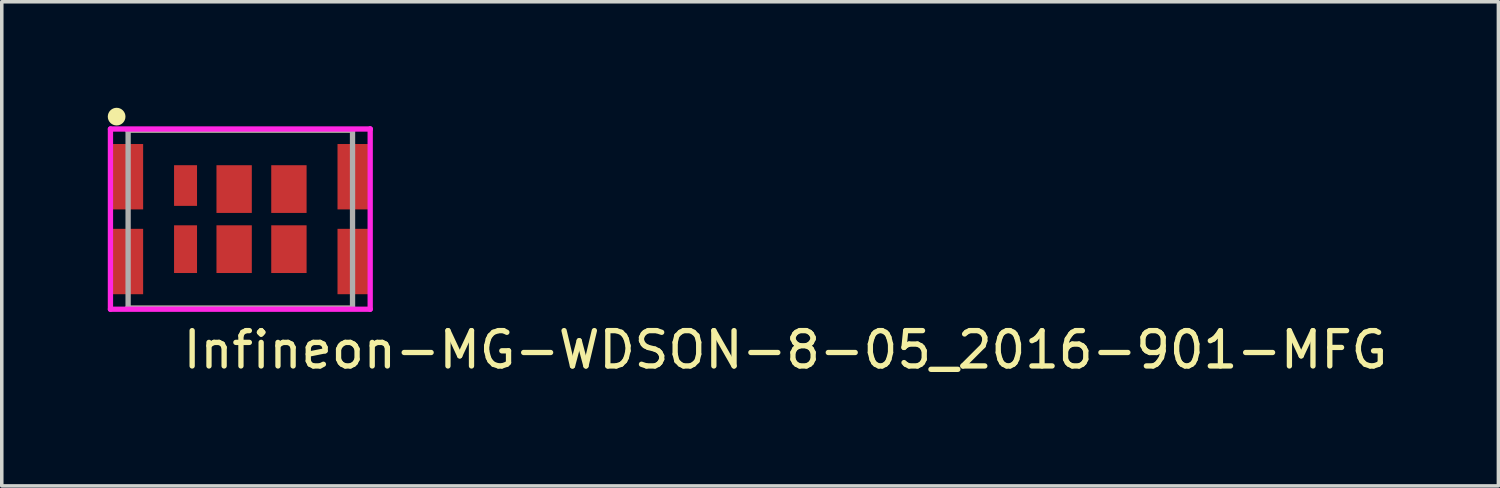
<source format=kicad_pcb>
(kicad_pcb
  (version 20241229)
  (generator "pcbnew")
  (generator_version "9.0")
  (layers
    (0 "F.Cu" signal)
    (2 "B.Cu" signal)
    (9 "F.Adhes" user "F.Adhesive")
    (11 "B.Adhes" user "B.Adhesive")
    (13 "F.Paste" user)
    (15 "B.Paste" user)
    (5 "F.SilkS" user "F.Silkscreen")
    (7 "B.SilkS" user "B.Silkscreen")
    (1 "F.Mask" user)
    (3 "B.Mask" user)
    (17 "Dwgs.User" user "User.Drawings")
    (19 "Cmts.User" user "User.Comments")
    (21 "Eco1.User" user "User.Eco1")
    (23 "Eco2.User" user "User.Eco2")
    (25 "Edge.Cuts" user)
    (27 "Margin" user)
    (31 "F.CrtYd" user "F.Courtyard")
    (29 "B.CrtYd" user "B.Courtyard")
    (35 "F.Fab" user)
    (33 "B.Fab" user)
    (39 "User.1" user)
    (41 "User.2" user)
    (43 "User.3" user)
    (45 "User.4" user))
  (footprint "Infineon-MG-WDSON-8-05_2016-901-MFG"
    (layer "F.Cu")
    (at 3.75 3.15)
    (property "Reference" "Infineon-MG-WDSON-8-05_2016-901-MFG" (at -1.7 3.7 0) (layer "F.SilkS") (effects (font (size 1 1) (thickness 0.15)) (justify left)))
    (attr through_hole)
    (fp_line (start -3.175 -2.525) (end 3.175 -2.525) (stroke (width 0.15) (type solid)) (layer "F.SilkS"))
    (fp_line (start -3.175 -2.5) (end -3.175 -2.525) (stroke (width 0.15) (type solid)) (layer "F.SilkS"))
    (fp_line (start -3.175 2.525) (end -3.175 2.5) (stroke (width 0.15) (type solid)) (layer "F.SilkS"))
    (fp_line (start -3.175 2.525) (end 3.175 2.525) (stroke (width 0.15) (type solid)) (layer "F.SilkS"))
    (fp_line (start 3.175 -2.5) (end 3.175 -2.525) (stroke (width 0.15) (type solid)) (layer "F.SilkS"))
    (fp_line (start 3.175 2.525) (end 3.175 2.5) (stroke (width 0.15) (type solid)) (layer "F.SilkS"))
    (fp_circle (center -3.5 -2.9) (end -3.375 -2.9) (stroke (width 0.25) (type solid)) (fill no) (layer "F.SilkS"))
    (fp_line (start -3.675 -2.55) (end -3.675 2.55) (stroke (width 0.15) (type solid)) (layer "F.CrtYd"))
    (fp_line (start -3.675 2.55) (end 3.675 2.55) (stroke (width 0.15) (type solid)) (layer "F.CrtYd"))
    (fp_line (start 3.675 -2.55) (end -3.675 -2.55) (stroke (width 0.15) (type solid)) (layer "F.CrtYd"))
    (fp_line (start 3.675 -2.55) (end 3.675 -2.55) (stroke (width 0.15) (type solid)) (layer "F.CrtYd"))
    (fp_line (start 3.675 2.55) (end 3.675 -2.55) (stroke (width 0.15) (type solid)) (layer "F.CrtYd"))
    (fp_line (start -3.175 -2.525) (end 3.175 -2.525) (stroke (width 0.15) (type solid)) (layer "F.Fab"))
    (fp_line (start -3.175 2.525) (end -3.175 -2.525) (stroke (width 0.15) (type solid)) (layer "F.Fab"))
    (fp_line (start 3.175 -2.525) (end 3.175 2.525) (stroke (width 0.15) (type solid)) (layer "F.Fab"))
    (fp_line (start 3.175 2.525) (end -3.175 2.525) (stroke (width 0.15) (type solid)) (layer "F.Fab"))
    (pad "" smd rect (at -3.2 -1.2) (size 0.7 1.8) (layers "F.Paste"))
    (pad "" smd rect (at -3.2 1.2) (size 0.7 1.8) (layers "F.Paste"))
    (pad "" smd rect (at -1.55 -0.95) (size 0.575 0.975) (layers "F.Paste"))
    (pad "" smd rect (at -1.55 0.85) (size 0.575 1.15) (layers "F.Paste"))
    (pad "" smd rect (at -0.175 -0.85) (size 0.875 1.15) (layers "F.Paste"))
    (pad "" smd rect (at -0.175 0.85) (size 0.875 1.15) (layers "F.Paste"))
    (pad "" smd rect (at 1.35 -0.85) (size 0.875 1.15) (layers "F.Paste"))
    (pad "" smd rect (at 1.35 0.85) (size 0.875 1.15) (layers "F.Paste"))
    (pad "" smd rect (at 3.2 -1.2) (size 0.7 1.8) (layers "F.Paste"))
    (pad "" smd rect (at 3.2 1.2) (size 0.7 1.8) (layers "F.Paste"))
    (pad "1" smd rect (at 3.2 -1.2) (size 0.9 1.85) (layers "F.Cu" "F.Mask"))
    (pad "2" smd rect (at 3.2 1.2) (size 0.9 1.85) (layers "F.Cu" "F.Mask"))
    (pad "3" smd rect (at 1.375 -0.85) (size 1 1.35) (layers "F.Cu" "F.Mask"))
    (pad "4" smd rect (at 1.375 0.85) (size 1 1.35) (layers "F.Cu" "F.Mask"))
    (pad "5" smd rect (at -0.175 -0.85) (size 1 1.35) (layers "F.Cu" "F.Mask"))
    (pad "6" smd rect (at -0.175 0.85) (size 1 1.35) (layers "F.Cu" "F.Mask"))
    (pad "7" smd rect (at -1.55 -0.95) (size 0.65 1.151) (layers "F.Cu" "F.Mask"))
    (pad "8" smd rect (at -1.55 0.85) (size 0.65 1.35) (layers "F.Cu" "F.Mask"))
    (pad "9" smd rect (at -3.2 -1.2) (size 0.9 1.85) (layers "F.Cu" "F.Mask"))
    (pad "10" smd rect (at -3.2 1.2) (size 0.9 1.85) (layers "F.Cu" "F.Mask")))
  (gr_rect
    (start -3 -3)
    (end 39.348 10.698)
    (stroke (width 0.1) (type default))
    (fill no)
    (layer "Edge.Cuts")))
</source>
